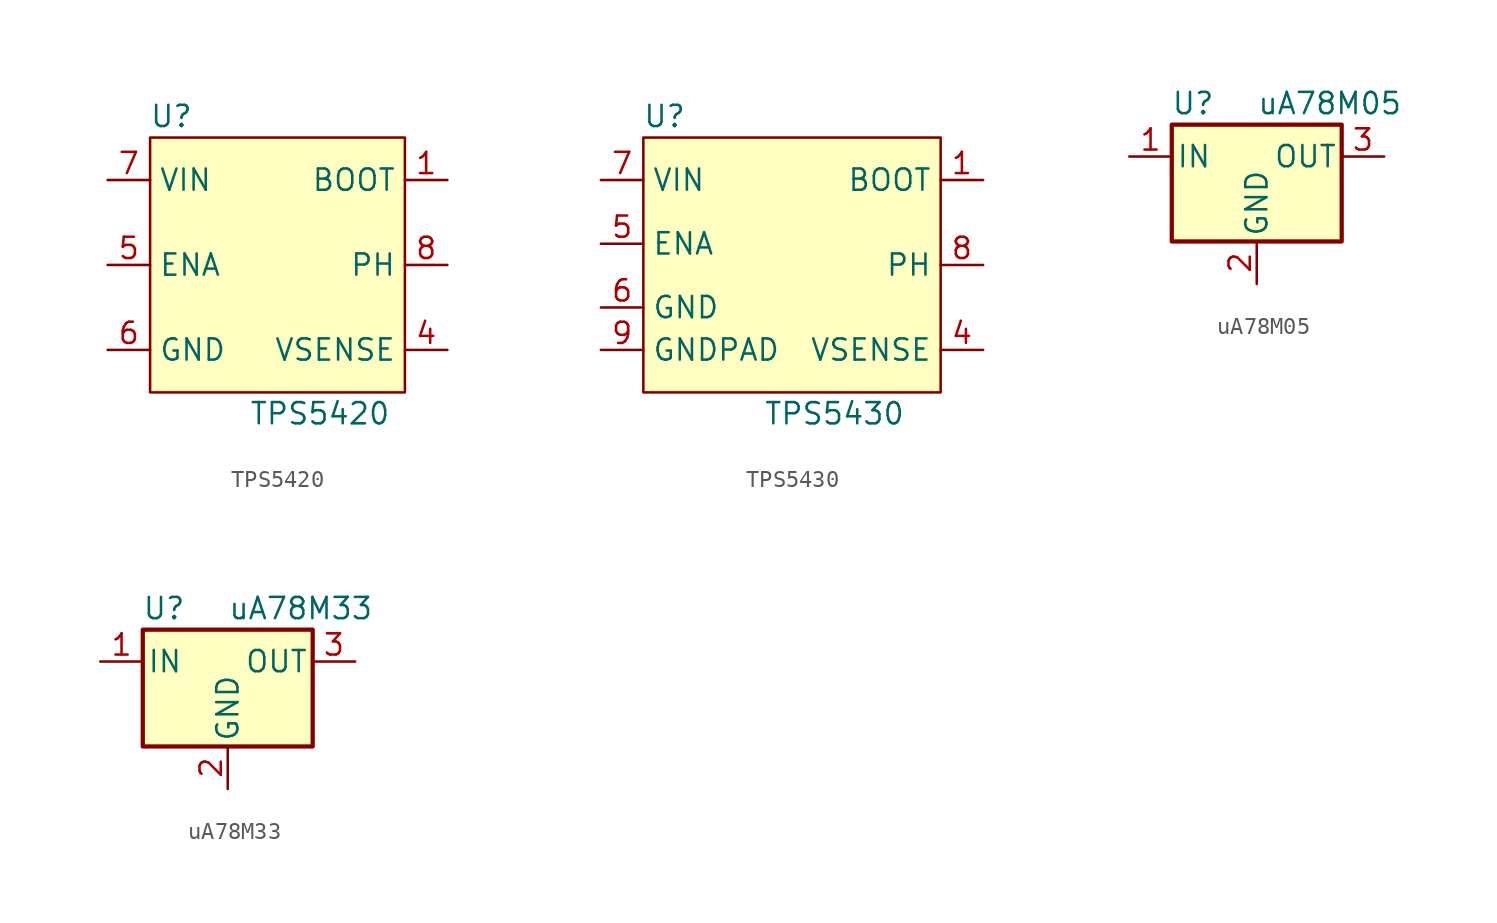
<source format=kicad_sym>
(kicad_symbol_lib
  (version 20220914)
  (generator kicad_symbol_editor)
  (symbol "TPS5420"
    (property "Reference" "U"
      (at -6.35 8.89 0)
      (effects (font (size 1.27 1.27))))
    (property "Value" "TPS5420"
      (at 2.54 -8.89 0)
      (effects (font (size 1.27 1.27))))
    (symbol "TPS5420_1_1"
      (rectangle (start -7.62 7.62) (end 7.62 -7.62) (stroke (width 0) (type default)) (fill (type background)))
      (pin input line (at 10.16 5.08 180) (length 2.54) (name "BOOT" (effects (font (size 1.27 1.27)))) (number "1" (effects (font (size 1.27 1.27)))))
      (pin no_connect line (at -7.62 2.54 0) (length 2.54) hide (name "NC" (effects (font (size 1.27 1.27)))) (number "2" (effects (font (size 1.27 1.27)))))
      (pin no_connect line (at -7.62 -2.54 0) (length 2.54) hide (name "NC" (effects (font (size 1.27 1.27)))) (number "3" (effects (font (size 1.27 1.27)))))
      (pin input line (at 10.16 -5.08 180) (length 2.54) (name "VSENSE" (effects (font (size 1.27 1.27)))) (number "4" (effects (font (size 1.27 1.27)))))
      (pin input line (at -10.16 0 0) (length 2.54) (name "ENA" (effects (font (size 1.27 1.27)))) (number "5" (effects (font (size 1.27 1.27)))))
      (pin input line (at -10.16 -5.08 0) (length 2.54) (name "GND" (effects (font (size 1.27 1.27)))) (number "6" (effects (font (size 1.27 1.27)))))
      (pin input line (at -10.16 5.08 0) (length 2.54) (name "VIN" (effects (font (size 1.27 1.27)))) (number "7" (effects (font (size 1.27 1.27)))))
      (pin input line (at 10.16 0 180) (length 2.54) (name "PH" (effects (font (size 1.27 1.27)))) (number "8" (effects (font (size 1.27 1.27)))))))
  (symbol "TPS5430"
    (property "Reference" "U"
      (at -7.62 8.89 0)
      (effects (font (size 1.27 1.27))))
    (property "Value" "TPS5430"
      (at 2.54 -8.89 0)
      (effects (font (size 1.27 1.27))))
    (symbol "TPS5430_1_1"
      (rectangle (start -8.89 7.62) (end 8.89 -7.62) (stroke (width 0) (type default)) (fill (type background)))
      (pin input line (at 11.43 5.08 180) (length 2.54) (name "BOOT" (effects (font (size 1.27 1.27)))) (number "1" (effects (font (size 1.27 1.27)))))
      (pin no_connect line (at -2.54 3.81 0) (length 2.54) hide (name "NC" (effects (font (size 1.27 1.27)))) (number "2" (effects (font (size 1.27 1.27)))))
      (pin no_connect line (at -2.54 1.27 0) (length 2.54) hide (name "NC" (effects (font (size 1.27 1.27)))) (number "3" (effects (font (size 1.27 1.27)))))
      (pin input line (at 11.43 -5.08 180) (length 2.54) (name "VSENSE" (effects (font (size 1.27 1.27)))) (number "4" (effects (font (size 1.27 1.27)))))
      (pin input line (at -11.43 1.27 0) (length 2.54) (name "ENA" (effects (font (size 1.27 1.27)))) (number "5" (effects (font (size 1.27 1.27)))))
      (pin input line (at -11.43 -2.54 0) (length 2.54) (name "GND" (effects (font (size 1.27 1.27)))) (number "6" (effects (font (size 1.27 1.27)))))
      (pin input line (at -11.43 5.08 0) (length 2.54) (name "VIN" (effects (font (size 1.27 1.27)))) (number "7" (effects (font (size 1.27 1.27)))))
      (pin input line (at 11.43 0 180) (length 2.54) (name "PH" (effects (font (size 1.27 1.27)))) (number "8" (effects (font (size 1.27 1.27)))))
      (pin input line (at -11.43 -5.08 0) (length 2.54) (name "GNDPAD" (effects (font (size 1.27 1.27)))) (number "9" (effects (font (size 1.27 1.27)))))))
  (symbol "uA78M05"
    (pin_names
      (offset 0.254))
    (property "Reference" "U"
      (at -3.81 3.175 0)
      (effects (font (size 1.27 1.27))))
    (property "Value" "uA78M05"
      (at 0 3.175 0)
      (effects (font (size 1.27 1.27)) (justify left)))
    (symbol "uA78M05_0_1"
      (rectangle (start -5.08 1.905) (end 5.08 -5.08) (stroke (width 0.254) (type default)) (fill (type background))))
    (symbol "uA78M05_1_1"
      (pin power_in line (at -7.62 0 0) (length 2.54) (name "IN" (effects (font (size 1.27 1.27)))) (number "1" (effects (font (size 1.27 1.27)))))
      (pin power_in line (at 0 -7.62 90) (length 2.54) (name "GND" (effects (font (size 1.27 1.27)))) (number "2" (effects (font (size 1.27 1.27)))))
      (pin power_out line (at 7.62 0 180) (length 2.54) (name "OUT" (effects (font (size 1.27 1.27)))) (number "3" (effects (font (size 1.27 1.27)))))))
  (symbol "uA78M33"
    (pin_names
      (offset 0.254))
    (property "Reference" "U"
      (at -3.81 3.175 0)
      (effects (font (size 1.27 1.27))))
    (property "Value" "uA78M33"
      (at 0 3.175 0)
      (effects (font (size 1.27 1.27)) (justify left)))
    (symbol "uA78M33_0_1"
      (rectangle (start -5.08 1.905) (end 5.08 -5.08) (stroke (width 0.254) (type default)) (fill (type background))))
    (symbol "uA78M33_1_1"
      (pin power_in line (at -7.62 0 0) (length 2.54) (name "IN" (effects (font (size 1.27 1.27)))) (number "1" (effects (font (size 1.27 1.27)))))
      (pin power_in line (at 0 -7.62 90) (length 2.54) (name "GND" (effects (font (size 1.27 1.27)))) (number "2" (effects (font (size 1.27 1.27)))))
      (pin power_out line (at 7.62 0 180) (length 2.54) (name "OUT" (effects (font (size 1.27 1.27)))) (number "3" (effects (font (size 1.27 1.27))))))))
</source>
